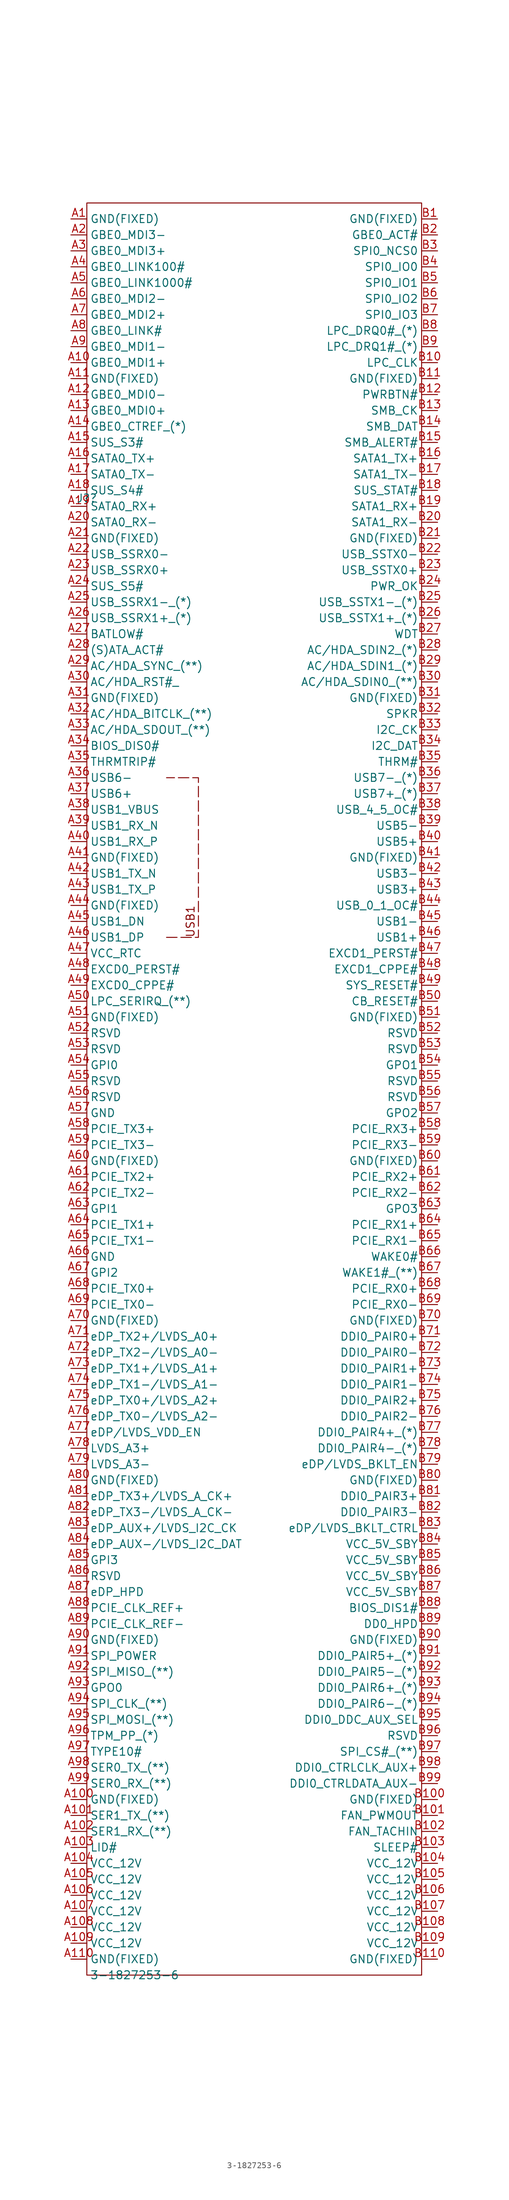
<source format=kicad_sym>
(kicad_symbol_lib
  (version 20231120)
  (generator "kicad_symbol_editor")
  (generator_version "7.99")
  (symbol "3-1827253-6"
    (property "Reference" "J?"
      (at 0 -46.99 0)
      (effects (font (size 1.27 1.27))))
    (property "Value" "3-1827253-6"
      (at 7.62 -281.94 0)
      (effects (font (size 1.27 1.27))))
    (symbol "3-1827253-6_0_0"
      (text "USB1" (at 16.51 -114.3 900) (effects (font (size 1.27 1.27)))))
    (symbol "3-1827253-6_0_1"
      (polyline (pts (xy 12.7 -116.84) (xy 17.78 -116.84) (xy 17.78 -91.44) (xy 12.7 -91.44)) (stroke (width 0) (type dash)) (fill (type none)))
      (rectangle (start 0 0) (end 53.34 -281.94) (stroke (width 0) (type default)) (fill (type none))))
    (symbol "3-1827253-6_1_1"
      (pin passive line (at -2.54 -2.54 0) (length 2.54) (name "GND(FIXED)" (effects (font (size 1.27 1.27)))) (number "A1" (effects (font (size 1.27 1.27)))))
      (pin passive line (at -2.54 -25.4 0) (length 2.54) (name "GBE0_MDI1+" (effects (font (size 1.27 1.27)))) (number "A10" (effects (font (size 1.27 1.27)))))
      (pin passive line (at -2.54 -254 0) (length 2.54) (name "GND(FIXED)" (effects (font (size 1.27 1.27)))) (number "A100" (effects (font (size 1.27 1.27)))))
      (pin passive line (at -2.54 -256.54 0) (length 2.54) (name "SER1_TX_(**)" (effects (font (size 1.27 1.27)))) (number "A101" (effects (font (size 1.27 1.27)))))
      (pin passive line (at -2.54 -259.08 0) (length 2.54) (name "SER1_RX_(**)" (effects (font (size 1.27 1.27)))) (number "A102" (effects (font (size 1.27 1.27)))))
      (pin passive line (at -2.54 -261.62 0) (length 2.54) (name "LID#" (effects (font (size 1.27 1.27)))) (number "A103" (effects (font (size 1.27 1.27)))))
      (pin passive line (at -2.54 -264.16 0) (length 2.54) (name "VCC_12V" (effects (font (size 1.27 1.27)))) (number "A104" (effects (font (size 1.27 1.27)))))
      (pin passive line (at -2.54 -266.7 0) (length 2.54) (name "VCC_12V" (effects (font (size 1.27 1.27)))) (number "A105" (effects (font (size 1.27 1.27)))))
      (pin passive line (at -2.54 -269.24 0) (length 2.54) (name "VCC_12V" (effects (font (size 1.27 1.27)))) (number "A106" (effects (font (size 1.27 1.27)))))
      (pin passive line (at -2.54 -271.78 0) (length 2.54) (name "VCC_12V" (effects (font (size 1.27 1.27)))) (number "A107" (effects (font (size 1.27 1.27)))))
      (pin passive line (at -2.54 -274.32 0) (length 2.54) (name "VCC_12V" (effects (font (size 1.27 1.27)))) (number "A108" (effects (font (size 1.27 1.27)))))
      (pin passive line (at -2.54 -276.86 0) (length 2.54) (name "VCC_12V" (effects (font (size 1.27 1.27)))) (number "A109" (effects (font (size 1.27 1.27)))))
      (pin passive line (at -2.54 -27.94 0) (length 2.54) (name "GND(FIXED)" (effects (font (size 1.27 1.27)))) (number "A11" (effects (font (size 1.27 1.27)))))
      (pin passive line (at -2.54 -279.4 0) (length 2.54) (name "GND(FIXED)" (effects (font (size 1.27 1.27)))) (number "A110" (effects (font (size 1.27 1.27)))))
      (pin passive line (at -2.54 -30.48 0) (length 2.54) (name "GBE0_MDI0-" (effects (font (size 1.27 1.27)))) (number "A12" (effects (font (size 1.27 1.27)))))
      (pin passive line (at -2.54 -33.02 0) (length 2.54) (name "GBE0_MDI0+" (effects (font (size 1.27 1.27)))) (number "A13" (effects (font (size 1.27 1.27)))))
      (pin passive line (at -2.54 -35.56 0) (length 2.54) (name "GBE0_CTREF_(*)" (effects (font (size 1.27 1.27)))) (number "A14" (effects (font (size 1.27 1.27)))))
      (pin passive line (at -2.54 -38.1 0) (length 2.54) (name "SUS_S3#" (effects (font (size 1.27 1.27)))) (number "A15" (effects (font (size 1.27 1.27)))))
      (pin passive line (at -2.54 -40.64 0) (length 2.54) (name "SATA0_TX+" (effects (font (size 1.27 1.27)))) (number "A16" (effects (font (size 1.27 1.27)))))
      (pin passive line (at -2.54 -43.18 0) (length 2.54) (name "SATA0_TX-" (effects (font (size 1.27 1.27)))) (number "A17" (effects (font (size 1.27 1.27)))))
      (pin passive line (at -2.54 -45.72 0) (length 2.54) (name "SUS_S4#" (effects (font (size 1.27 1.27)))) (number "A18" (effects (font (size 1.27 1.27)))))
      (pin passive line (at -2.54 -48.26 0) (length 2.54) (name "SATA0_RX+" (effects (font (size 1.27 1.27)))) (number "A19" (effects (font (size 1.27 1.27)))))
      (pin passive line (at -2.54 -5.08 0) (length 2.54) (name "GBE0_MDI3-" (effects (font (size 1.27 1.27)))) (number "A2" (effects (font (size 1.27 1.27)))))
      (pin passive line (at -2.54 -50.8 0) (length 2.54) (name "SATA0_RX-" (effects (font (size 1.27 1.27)))) (number "A20" (effects (font (size 1.27 1.27)))))
      (pin passive line (at -2.54 -53.34 0) (length 2.54) (name "GND(FIXED)" (effects (font (size 1.27 1.27)))) (number "A21" (effects (font (size 1.27 1.27)))))
      (pin passive line (at -2.54 -55.88 0) (length 2.54) (name "USB_SSRX0-" (effects (font (size 1.27 1.27)))) (number "A22" (effects (font (size 1.27 1.27)))))
      (pin passive line (at -2.54 -58.42 0) (length 2.54) (name "USB_SSRX0+" (effects (font (size 1.27 1.27)))) (number "A23" (effects (font (size 1.27 1.27)))))
      (pin passive line (at -2.54 -60.96 0) (length 2.54) (name "SUS_S5#" (effects (font (size 1.27 1.27)))) (number "A24" (effects (font (size 1.27 1.27)))))
      (pin passive line (at -2.54 -63.5 0) (length 2.54) (name "USB_SSRX1-_(*)" (effects (font (size 1.27 1.27)))) (number "A25" (effects (font (size 1.27 1.27)))))
      (pin passive line (at -2.54 -66.04 0) (length 2.54) (name "USB_SSRX1+_(*)" (effects (font (size 1.27 1.27)))) (number "A26" (effects (font (size 1.27 1.27)))))
      (pin passive line (at -2.54 -68.58 0) (length 2.54) (name "BATLOW#" (effects (font (size 1.27 1.27)))) (number "A27" (effects (font (size 1.27 1.27)))))
      (pin passive line (at -2.54 -71.12 0) (length 2.54) (name "(S)ATA_ACT#" (effects (font (size 1.27 1.27)))) (number "A28" (effects (font (size 1.27 1.27)))))
      (pin passive line (at -2.54 -73.66 0) (length 2.54) (name "AC/HDA_SYNC_(**)" (effects (font (size 1.27 1.27)))) (number "A29" (effects (font (size 1.27 1.27)))))
      (pin passive line (at -2.54 -7.62 0) (length 2.54) (name "GBE0_MDI3+" (effects (font (size 1.27 1.27)))) (number "A3" (effects (font (size 1.27 1.27)))))
      (pin passive line (at -2.54 -76.2 0) (length 2.54) (name "AC/HDA_RST#_" (effects (font (size 1.27 1.27)))) (number "A30" (effects (font (size 1.27 1.27)))))
      (pin passive line (at -2.54 -78.74 0) (length 2.54) (name "GND(FIXED)" (effects (font (size 1.27 1.27)))) (number "A31" (effects (font (size 1.27 1.27)))))
      (pin passive line (at -2.54 -81.28 0) (length 2.54) (name "AC/HDA_BITCLK_(**)" (effects (font (size 1.27 1.27)))) (number "A32" (effects (font (size 1.27 1.27)))))
      (pin passive line (at -2.54 -83.82 0) (length 2.54) (name "AC/HDA_SDOUT_(**)" (effects (font (size 1.27 1.27)))) (number "A33" (effects (font (size 1.27 1.27)))))
      (pin passive line (at -2.54 -86.36 0) (length 2.54) (name "BIOS_DIS0#" (effects (font (size 1.27 1.27)))) (number "A34" (effects (font (size 1.27 1.27)))))
      (pin passive line (at -2.54 -88.9 0) (length 2.54) (name "THRMTRIP#" (effects (font (size 1.27 1.27)))) (number "A35" (effects (font (size 1.27 1.27)))))
      (pin passive line (at -2.54 -91.44 0) (length 2.54) (name "USB6-" (effects (font (size 1.27 1.27)))) (number "A36" (effects (font (size 1.27 1.27)))))
      (pin passive line (at -2.54 -93.98 0) (length 2.54) (name "USB6+" (effects (font (size 1.27 1.27)))) (number "A37" (effects (font (size 1.27 1.27)))))
      (pin passive line (at -2.54 -96.52 0) (length 2.54) (name "USB1_VBUS" (effects (font (size 1.27 1.27)))) (number "A38" (effects (font (size 1.27 1.27)))))
      (pin passive line (at -2.54 -99.06 0) (length 2.54) (name "USB1_RX_N" (effects (font (size 1.27 1.27)))) (number "A39" (effects (font (size 1.27 1.27)))))
      (pin passive line (at -2.54 -10.16 0) (length 2.54) (name "GBE0_LINK100#" (effects (font (size 1.27 1.27)))) (number "A4" (effects (font (size 1.27 1.27)))))
      (pin passive line (at -2.54 -101.6 0) (length 2.54) (name "USB1_RX_P" (effects (font (size 1.27 1.27)))) (number "A40" (effects (font (size 1.27 1.27)))))
      (pin passive line (at -2.54 -104.14 0) (length 2.54) (name "GND(FIXED)" (effects (font (size 1.27 1.27)))) (number "A41" (effects (font (size 1.27 1.27)))))
      (pin passive line (at -2.54 -106.68 0) (length 2.54) (name "USB1_TX_N" (effects (font (size 1.27 1.27)))) (number "A42" (effects (font (size 1.27 1.27)))))
      (pin passive line (at -2.54 -109.22 0) (length 2.54) (name "USB1_TX_P" (effects (font (size 1.27 1.27)))) (number "A43" (effects (font (size 1.27 1.27)))))
      (pin passive line (at -2.54 -111.76 0) (length 2.54) (name "GND(FIXED)" (effects (font (size 1.27 1.27)))) (number "A44" (effects (font (size 1.27 1.27)))))
      (pin passive line (at -2.54 -114.3 0) (length 2.54) (name "USB1_DN" (effects (font (size 1.27 1.27)))) (number "A45" (effects (font (size 1.27 1.27)))))
      (pin passive line (at -2.54 -116.84 0) (length 2.54) (name "USB1_DP" (effects (font (size 1.27 1.27)))) (number "A46" (effects (font (size 1.27 1.27)))))
      (pin passive line (at -2.54 -119.38 0) (length 2.54) (name "VCC_RTC" (effects (font (size 1.27 1.27)))) (number "A47" (effects (font (size 1.27 1.27)))))
      (pin passive line (at -2.54 -121.92 0) (length 2.54) (name "EXCD0_PERST#" (effects (font (size 1.27 1.27)))) (number "A48" (effects (font (size 1.27 1.27)))))
      (pin passive line (at -2.54 -124.46 0) (length 2.54) (name "EXCD0_CPPE#" (effects (font (size 1.27 1.27)))) (number "A49" (effects (font (size 1.27 1.27)))))
      (pin passive line (at -2.54 -12.7 0) (length 2.54) (name "GBE0_LINK1000#" (effects (font (size 1.27 1.27)))) (number "A5" (effects (font (size 1.27 1.27)))))
      (pin passive line (at -2.54 -127 0) (length 2.54) (name "LPC_SERIRQ_(**)" (effects (font (size 1.27 1.27)))) (number "A50" (effects (font (size 1.27 1.27)))))
      (pin passive line (at -2.54 -129.54 0) (length 2.54) (name "GND(FIXED)" (effects (font (size 1.27 1.27)))) (number "A51" (effects (font (size 1.27 1.27)))))
      (pin passive line (at -2.54 -132.08 0) (length 2.54) (name "RSVD" (effects (font (size 1.27 1.27)))) (number "A52" (effects (font (size 1.27 1.27)))))
      (pin passive line (at -2.54 -134.62 0) (length 2.54) (name "RSVD" (effects (font (size 1.27 1.27)))) (number "A53" (effects (font (size 1.27 1.27)))))
      (pin passive line (at -2.54 -137.16 0) (length 2.54) (name "GPI0" (effects (font (size 1.27 1.27)))) (number "A54" (effects (font (size 1.27 1.27)))))
      (pin passive line (at -2.54 -139.7 0) (length 2.54) (name "RSVD" (effects (font (size 1.27 1.27)))) (number "A55" (effects (font (size 1.27 1.27)))))
      (pin passive line (at -2.54 -142.24 0) (length 2.54) (name "RSVD" (effects (font (size 1.27 1.27)))) (number "A56" (effects (font (size 1.27 1.27)))))
      (pin passive line (at -2.54 -144.78 0) (length 2.54) (name "GND" (effects (font (size 1.27 1.27)))) (number "A57" (effects (font (size 1.27 1.27)))))
      (pin passive line (at -2.54 -147.32 0) (length 2.54) (name "PCIE_TX3+" (effects (font (size 1.27 1.27)))) (number "A58" (effects (font (size 1.27 1.27)))))
      (pin passive line (at -2.54 -149.86 0) (length 2.54) (name "PCIE_TX3-" (effects (font (size 1.27 1.27)))) (number "A59" (effects (font (size 1.27 1.27)))))
      (pin passive line (at -2.54 -15.24 0) (length 2.54) (name "GBE0_MDI2-" (effects (font (size 1.27 1.27)))) (number "A6" (effects (font (size 1.27 1.27)))))
      (pin passive line (at -2.54 -152.4 0) (length 2.54) (name "GND(FIXED)" (effects (font (size 1.27 1.27)))) (number "A60" (effects (font (size 1.27 1.27)))))
      (pin passive line (at -2.54 -154.94 0) (length 2.54) (name "PCIE_TX2+" (effects (font (size 1.27 1.27)))) (number "A61" (effects (font (size 1.27 1.27)))))
      (pin passive line (at -2.54 -157.48 0) (length 2.54) (name "PCIE_TX2-" (effects (font (size 1.27 1.27)))) (number "A62" (effects (font (size 1.27 1.27)))))
      (pin passive line (at -2.54 -160.02 0) (length 2.54) (name "GPI1" (effects (font (size 1.27 1.27)))) (number "A63" (effects (font (size 1.27 1.27)))))
      (pin passive line (at -2.54 -162.56 0) (length 2.54) (name "PCIE_TX1+" (effects (font (size 1.27 1.27)))) (number "A64" (effects (font (size 1.27 1.27)))))
      (pin passive line (at -2.54 -165.1 0) (length 2.54) (name "PCIE_TX1-" (effects (font (size 1.27 1.27)))) (number "A65" (effects (font (size 1.27 1.27)))))
      (pin passive line (at -2.54 -167.64 0) (length 2.54) (name "GND" (effects (font (size 1.27 1.27)))) (number "A66" (effects (font (size 1.27 1.27)))))
      (pin passive line (at -2.54 -170.18 0) (length 2.54) (name "GPI2" (effects (font (size 1.27 1.27)))) (number "A67" (effects (font (size 1.27 1.27)))))
      (pin passive line (at -2.54 -172.72 0) (length 2.54) (name "PCIE_TX0+" (effects (font (size 1.27 1.27)))) (number "A68" (effects (font (size 1.27 1.27)))))
      (pin passive line (at -2.54 -175.26 0) (length 2.54) (name "PCIE_TX0-" (effects (font (size 1.27 1.27)))) (number "A69" (effects (font (size 1.27 1.27)))))
      (pin passive line (at -2.54 -17.78 0) (length 2.54) (name "GBE0_MDI2+" (effects (font (size 1.27 1.27)))) (number "A7" (effects (font (size 1.27 1.27)))))
      (pin passive line (at -2.54 -177.8 0) (length 2.54) (name "GND(FIXED)" (effects (font (size 1.27 1.27)))) (number "A70" (effects (font (size 1.27 1.27)))))
      (pin passive line (at -2.54 -180.34 0) (length 2.54) (name "eDP_TX2+/LVDS_A0+" (effects (font (size 1.27 1.27)))) (number "A71" (effects (font (size 1.27 1.27)))))
      (pin passive line (at -2.54 -182.88 0) (length 2.54) (name "eDP_TX2-/LVDS_A0-" (effects (font (size 1.27 1.27)))) (number "A72" (effects (font (size 1.27 1.27)))))
      (pin passive line (at -2.54 -185.42 0) (length 2.54) (name "eDP_TX1+/LVDS_A1+" (effects (font (size 1.27 1.27)))) (number "A73" (effects (font (size 1.27 1.27)))))
      (pin passive line (at -2.54 -187.96 0) (length 2.54) (name "eDP_TX1-/LVDS_A1-" (effects (font (size 1.27 1.27)))) (number "A74" (effects (font (size 1.27 1.27)))))
      (pin passive line (at -2.54 -190.5 0) (length 2.54) (name "eDP_TX0+/LVDS_A2+" (effects (font (size 1.27 1.27)))) (number "A75" (effects (font (size 1.27 1.27)))))
      (pin passive line (at -2.54 -193.04 0) (length 2.54) (name "eDP_TX0-/LVDS_A2-" (effects (font (size 1.27 1.27)))) (number "A76" (effects (font (size 1.27 1.27)))))
      (pin passive line (at -2.54 -195.58 0) (length 2.54) (name "eDP/LVDS_VDD_EN" (effects (font (size 1.27 1.27)))) (number "A77" (effects (font (size 1.27 1.27)))))
      (pin passive line (at -2.54 -198.12 0) (length 2.54) (name "LVDS_A3+" (effects (font (size 1.27 1.27)))) (number "A78" (effects (font (size 1.27 1.27)))))
      (pin passive line (at -2.54 -200.66 0) (length 2.54) (name "LVDS_A3-" (effects (font (size 1.27 1.27)))) (number "A79" (effects (font (size 1.27 1.27)))))
      (pin passive line (at -2.54 -20.32 0) (length 2.54) (name "GBE0_LINK#" (effects (font (size 1.27 1.27)))) (number "A8" (effects (font (size 1.27 1.27)))))
      (pin passive line (at -2.54 -203.2 0) (length 2.54) (name "GND(FIXED)" (effects (font (size 1.27 1.27)))) (number "A80" (effects (font (size 1.27 1.27)))))
      (pin passive line (at -2.54 -205.74 0) (length 2.54) (name "eDP_TX3+/LVDS_A_CK+" (effects (font (size 1.27 1.27)))) (number "A81" (effects (font (size 1.27 1.27)))))
      (pin passive line (at -2.54 -208.28 0) (length 2.54) (name "eDP_TX3-/LVDS_A_CK-" (effects (font (size 1.27 1.27)))) (number "A82" (effects (font (size 1.27 1.27)))))
      (pin passive line (at -2.54 -210.82 0) (length 2.54) (name "eDP_AUX+/LVDS_I2C_CK" (effects (font (size 1.27 1.27)))) (number "A83" (effects (font (size 1.27 1.27)))))
      (pin passive line (at -2.54 -213.36 0) (length 2.54) (name "eDP_AUX-/LVDS_I2C_DAT" (effects (font (size 1.27 1.27)))) (number "A84" (effects (font (size 1.27 1.27)))))
      (pin passive line (at -2.54 -215.9 0) (length 2.54) (name "GPI3" (effects (font (size 1.27 1.27)))) (number "A85" (effects (font (size 1.27 1.27)))))
      (pin passive line (at -2.54 -218.44 0) (length 2.54) (name "RSVD" (effects (font (size 1.27 1.27)))) (number "A86" (effects (font (size 1.27 1.27)))))
      (pin passive line (at -2.54 -220.98 0) (length 2.54) (name "eDP_HPD" (effects (font (size 1.27 1.27)))) (number "A87" (effects (font (size 1.27 1.27)))))
      (pin passive line (at -2.54 -223.52 0) (length 2.54) (name "PCIE_CLK_REF+" (effects (font (size 1.27 1.27)))) (number "A88" (effects (font (size 1.27 1.27)))))
      (pin passive line (at -2.54 -226.06 0) (length 2.54) (name "PCIE_CLK_REF-" (effects (font (size 1.27 1.27)))) (number "A89" (effects (font (size 1.27 1.27)))))
      (pin passive line (at -2.54 -22.86 0) (length 2.54) (name "GBE0_MDI1-" (effects (font (size 1.27 1.27)))) (number "A9" (effects (font (size 1.27 1.27)))))
      (pin passive line (at -2.54 -228.6 0) (length 2.54) (name "GND(FIXED)" (effects (font (size 1.27 1.27)))) (number "A90" (effects (font (size 1.27 1.27)))))
      (pin passive line (at -2.54 -231.14 0) (length 2.54) (name "SPI_POWER" (effects (font (size 1.27 1.27)))) (number "A91" (effects (font (size 1.27 1.27)))))
      (pin passive line (at -2.54 -233.68 0) (length 2.54) (name "SPI_MISO_(**)" (effects (font (size 1.27 1.27)))) (number "A92" (effects (font (size 1.27 1.27)))))
      (pin passive line (at -2.54 -236.22 0) (length 2.54) (name "GPO0" (effects (font (size 1.27 1.27)))) (number "A93" (effects (font (size 1.27 1.27)))))
      (pin passive line (at -2.54 -238.76 0) (length 2.54) (name "SPI_CLK_(**)" (effects (font (size 1.27 1.27)))) (number "A94" (effects (font (size 1.27 1.27)))))
      (pin passive line (at -2.54 -241.3 0) (length 2.54) (name "SPI_MOSI_(**)" (effects (font (size 1.27 1.27)))) (number "A95" (effects (font (size 1.27 1.27)))))
      (pin passive line (at -2.54 -243.84 0) (length 2.54) (name "TPM_PP_(*)" (effects (font (size 1.27 1.27)))) (number "A96" (effects (font (size 1.27 1.27)))))
      (pin passive line (at -2.54 -246.38 0) (length 2.54) (name "TYPE10#" (effects (font (size 1.27 1.27)))) (number "A97" (effects (font (size 1.27 1.27)))))
      (pin passive line (at -2.54 -248.92 0) (length 2.54) (name "SER0_TX_(**)" (effects (font (size 1.27 1.27)))) (number "A98" (effects (font (size 1.27 1.27)))))
      (pin passive line (at -2.54 -251.46 0) (length 2.54) (name "SER0_RX_(**)" (effects (font (size 1.27 1.27)))) (number "A99" (effects (font (size 1.27 1.27)))))
      (pin passive line (at 55.88 -2.54 180) (length 2.54) (name "GND(FIXED)" (effects (font (size 1.27 1.27)))) (number "B1" (effects (font (size 1.27 1.27)))))
      (pin passive line (at 55.88 -25.4 180) (length 2.54) (name "LPC_CLK" (effects (font (size 1.27 1.27)))) (number "B10" (effects (font (size 1.27 1.27)))))
      (pin passive line (at 55.88 -254 180) (length 2.54) (name "GND(FIXED)" (effects (font (size 1.27 1.27)))) (number "B100" (effects (font (size 1.27 1.27)))))
      (pin passive line (at 55.88 -256.54 180) (length 2.54) (name "FAN_PWMOUT" (effects (font (size 1.27 1.27)))) (number "B101" (effects (font (size 1.27 1.27)))))
      (pin passive line (at 55.88 -259.08 180) (length 2.54) (name "FAN_TACHIN" (effects (font (size 1.27 1.27)))) (number "B102" (effects (font (size 1.27 1.27)))))
      (pin passive line (at 55.88 -261.62 180) (length 2.54) (name "SLEEP#" (effects (font (size 1.27 1.27)))) (number "B103" (effects (font (size 1.27 1.27)))))
      (pin passive line (at 55.88 -264.16 180) (length 2.54) (name "VCC_12V" (effects (font (size 1.27 1.27)))) (number "B104" (effects (font (size 1.27 1.27)))))
      (pin passive line (at 55.88 -266.7 180) (length 2.54) (name "VCC_12V" (effects (font (size 1.27 1.27)))) (number "B105" (effects (font (size 1.27 1.27)))))
      (pin passive line (at 55.88 -269.24 180) (length 2.54) (name "VCC_12V" (effects (font (size 1.27 1.27)))) (number "B106" (effects (font (size 1.27 1.27)))))
      (pin passive line (at 55.88 -271.78 180) (length 2.54) (name "VCC_12V" (effects (font (size 1.27 1.27)))) (number "B107" (effects (font (size 1.27 1.27)))))
      (pin passive line (at 55.88 -274.32 180) (length 2.54) (name "VCC_12V" (effects (font (size 1.27 1.27)))) (number "B108" (effects (font (size 1.27 1.27)))))
      (pin passive line (at 55.88 -276.86 180) (length 2.54) (name "VCC_12V" (effects (font (size 1.27 1.27)))) (number "B109" (effects (font (size 1.27 1.27)))))
      (pin passive line (at 55.88 -27.94 180) (length 2.54) (name "GND(FIXED)" (effects (font (size 1.27 1.27)))) (number "B11" (effects (font (size 1.27 1.27)))))
      (pin passive line (at 55.88 -279.4 180) (length 2.54) (name "GND(FIXED)" (effects (font (size 1.27 1.27)))) (number "B110" (effects (font (size 1.27 1.27)))))
      (pin passive line (at 55.88 -30.48 180) (length 2.54) (name "PWRBTN#" (effects (font (size 1.27 1.27)))) (number "B12" (effects (font (size 1.27 1.27)))))
      (pin passive line (at 55.88 -33.02 180) (length 2.54) (name "SMB_CK" (effects (font (size 1.27 1.27)))) (number "B13" (effects (font (size 1.27 1.27)))))
      (pin passive line (at 55.88 -35.56 180) (length 2.54) (name "SMB_DAT" (effects (font (size 1.27 1.27)))) (number "B14" (effects (font (size 1.27 1.27)))))
      (pin passive line (at 55.88 -38.1 180) (length 2.54) (name "SMB_ALERT#" (effects (font (size 1.27 1.27)))) (number "B15" (effects (font (size 1.27 1.27)))))
      (pin passive line (at 55.88 -40.64 180) (length 2.54) (name "SATA1_TX+" (effects (font (size 1.27 1.27)))) (number "B16" (effects (font (size 1.27 1.27)))))
      (pin passive line (at 55.88 -43.18 180) (length 2.54) (name "SATA1_TX-" (effects (font (size 1.27 1.27)))) (number "B17" (effects (font (size 1.27 1.27)))))
      (pin passive line (at 55.88 -45.72 180) (length 2.54) (name "SUS_STAT#" (effects (font (size 1.27 1.27)))) (number "B18" (effects (font (size 1.27 1.27)))))
      (pin passive line (at 55.88 -48.26 180) (length 2.54) (name "SATA1_RX+" (effects (font (size 1.27 1.27)))) (number "B19" (effects (font (size 1.27 1.27)))))
      (pin passive line (at 55.88 -5.08 180) (length 2.54) (name "GBE0_ACT#" (effects (font (size 1.27 1.27)))) (number "B2" (effects (font (size 1.27 1.27)))))
      (pin passive line (at 55.88 -50.8 180) (length 2.54) (name "SATA1_RX-" (effects (font (size 1.27 1.27)))) (number "B20" (effects (font (size 1.27 1.27)))))
      (pin passive line (at 55.88 -53.34 180) (length 2.54) (name "GND(FIXED)" (effects (font (size 1.27 1.27)))) (number "B21" (effects (font (size 1.27 1.27)))))
      (pin passive line (at 55.88 -55.88 180) (length 2.54) (name "USB_SSTX0-" (effects (font (size 1.27 1.27)))) (number "B22" (effects (font (size 1.27 1.27)))))
      (pin passive line (at 55.88 -58.42 180) (length 2.54) (name "USB_SSTX0+" (effects (font (size 1.27 1.27)))) (number "B23" (effects (font (size 1.27 1.27)))))
      (pin passive line (at 55.88 -60.96 180) (length 2.54) (name "PWR_OK" (effects (font (size 1.27 1.27)))) (number "B24" (effects (font (size 1.27 1.27)))))
      (pin passive line (at 55.88 -63.5 180) (length 2.54) (name "USB_SSTX1-_(*)" (effects (font (size 1.27 1.27)))) (number "B25" (effects (font (size 1.27 1.27)))))
      (pin passive line (at 55.88 -66.04 180) (length 2.54) (name "USB_SSTX1+_(*)" (effects (font (size 1.27 1.27)))) (number "B26" (effects (font (size 1.27 1.27)))))
      (pin passive line (at 55.88 -68.58 180) (length 2.54) (name "WDT" (effects (font (size 1.27 1.27)))) (number "B27" (effects (font (size 1.27 1.27)))))
      (pin passive line (at 55.88 -71.12 180) (length 2.54) (name "AC/HDA_SDIN2_(*)" (effects (font (size 1.27 1.27)))) (number "B28" (effects (font (size 1.27 1.27)))))
      (pin passive line (at 55.88 -73.66 180) (length 2.54) (name "AC/HDA_SDIN1_(*)" (effects (font (size 1.27 1.27)))) (number "B29" (effects (font (size 1.27 1.27)))))
      (pin passive line (at 55.88 -7.62 180) (length 2.54) (name "SPI0_NCS0" (effects (font (size 1.27 1.27)))) (number "B3" (effects (font (size 1.27 1.27)))))
      (pin passive line (at 55.88 -76.2 180) (length 2.54) (name "AC/HDA_SDIN0_(**)" (effects (font (size 1.27 1.27)))) (number "B30" (effects (font (size 1.27 1.27)))))
      (pin passive line (at 55.88 -78.74 180) (length 2.54) (name "GND(FIXED)" (effects (font (size 1.27 1.27)))) (number "B31" (effects (font (size 1.27 1.27)))))
      (pin passive line (at 55.88 -81.28 180) (length 2.54) (name "SPKR" (effects (font (size 1.27 1.27)))) (number "B32" (effects (font (size 1.27 1.27)))))
      (pin passive line (at 55.88 -83.82 180) (length 2.54) (name "I2C_CK" (effects (font (size 1.27 1.27)))) (number "B33" (effects (font (size 1.27 1.27)))))
      (pin passive line (at 55.88 -86.36 180) (length 2.54) (name "I2C_DAT" (effects (font (size 1.27 1.27)))) (number "B34" (effects (font (size 1.27 1.27)))))
      (pin passive line (at 55.88 -88.9 180) (length 2.54) (name "THRM#" (effects (font (size 1.27 1.27)))) (number "B35" (effects (font (size 1.27 1.27)))))
      (pin passive line (at 55.88 -91.44 180) (length 2.54) (name "USB7-_(*)" (effects (font (size 1.27 1.27)))) (number "B36" (effects (font (size 1.27 1.27)))))
      (pin passive line (at 55.88 -93.98 180) (length 2.54) (name "USB7+_(*)" (effects (font (size 1.27 1.27)))) (number "B37" (effects (font (size 1.27 1.27)))))
      (pin passive line (at 55.88 -96.52 180) (length 2.54) (name "USB_4_5_OC#" (effects (font (size 1.27 1.27)))) (number "B38" (effects (font (size 1.27 1.27)))))
      (pin passive line (at 55.88 -99.06 180) (length 2.54) (name "USB5-" (effects (font (size 1.27 1.27)))) (number "B39" (effects (font (size 1.27 1.27)))))
      (pin passive line (at 55.88 -10.16 180) (length 2.54) (name "SPI0_IO0" (effects (font (size 1.27 1.27)))) (number "B4" (effects (font (size 1.27 1.27)))))
      (pin passive line (at 55.88 -101.6 180) (length 2.54) (name "USB5+" (effects (font (size 1.27 1.27)))) (number "B40" (effects (font (size 1.27 1.27)))))
      (pin passive line (at 55.88 -104.14 180) (length 2.54) (name "GND(FIXED)" (effects (font (size 1.27 1.27)))) (number "B41" (effects (font (size 1.27 1.27)))))
      (pin passive line (at 55.88 -106.68 180) (length 2.54) (name "USB3-" (effects (font (size 1.27 1.27)))) (number "B42" (effects (font (size 1.27 1.27)))))
      (pin passive line (at 55.88 -109.22 180) (length 2.54) (name "USB3+" (effects (font (size 1.27 1.27)))) (number "B43" (effects (font (size 1.27 1.27)))))
      (pin passive line (at 55.88 -111.76 180) (length 2.54) (name "USB_0_1_OC#" (effects (font (size 1.27 1.27)))) (number "B44" (effects (font (size 1.27 1.27)))))
      (pin passive line (at 55.88 -114.3 180) (length 2.54) (name "USB1-" (effects (font (size 1.27 1.27)))) (number "B45" (effects (font (size 1.27 1.27)))))
      (pin passive line (at 55.88 -116.84 180) (length 2.54) (name "USB1+" (effects (font (size 1.27 1.27)))) (number "B46" (effects (font (size 1.27 1.27)))))
      (pin passive line (at 55.88 -119.38 180) (length 2.54) (name "EXCD1_PERST#" (effects (font (size 1.27 1.27)))) (number "B47" (effects (font (size 1.27 1.27)))))
      (pin passive line (at 55.88 -121.92 180) (length 2.54) (name "EXCD1_CPPE#" (effects (font (size 1.27 1.27)))) (number "B48" (effects (font (size 1.27 1.27)))))
      (pin passive line (at 55.88 -124.46 180) (length 2.54) (name "SYS_RESET#" (effects (font (size 1.27 1.27)))) (number "B49" (effects (font (size 1.27 1.27)))))
      (pin passive line (at 55.88 -12.7 180) (length 2.54) (name "SPI0_IO1" (effects (font (size 1.27 1.27)))) (number "B5" (effects (font (size 1.27 1.27)))))
      (pin passive line (at 55.88 -127 180) (length 2.54) (name "CB_RESET#" (effects (font (size 1.27 1.27)))) (number "B50" (effects (font (size 1.27 1.27)))))
      (pin passive line (at 55.88 -129.54 180) (length 2.54) (name "GND(FIXED)" (effects (font (size 1.27 1.27)))) (number "B51" (effects (font (size 1.27 1.27)))))
      (pin passive line (at 55.88 -132.08 180) (length 2.54) (name "RSVD" (effects (font (size 1.27 1.27)))) (number "B52" (effects (font (size 1.27 1.27)))))
      (pin passive line (at 55.88 -134.62 180) (length 2.54) (name "RSVD" (effects (font (size 1.27 1.27)))) (number "B53" (effects (font (size 1.27 1.27)))))
      (pin passive line (at 55.88 -137.16 180) (length 2.54) (name "GPO1" (effects (font (size 1.27 1.27)))) (number "B54" (effects (font (size 1.27 1.27)))))
      (pin passive line (at 55.88 -139.7 180) (length 2.54) (name "RSVD" (effects (font (size 1.27 1.27)))) (number "B55" (effects (font (size 1.27 1.27)))))
      (pin passive line (at 55.88 -142.24 180) (length 2.54) (name "RSVD" (effects (font (size 1.27 1.27)))) (number "B56" (effects (font (size 1.27 1.27)))))
      (pin passive line (at 55.88 -144.78 180) (length 2.54) (name "GPO2" (effects (font (size 1.27 1.27)))) (number "B57" (effects (font (size 1.27 1.27)))))
      (pin passive line (at 55.88 -147.32 180) (length 2.54) (name "PCIE_RX3+" (effects (font (size 1.27 1.27)))) (number "B58" (effects (font (size 1.27 1.27)))))
      (pin passive line (at 55.88 -149.86 180) (length 2.54) (name "PCIE_RX3-" (effects (font (size 1.27 1.27)))) (number "B59" (effects (font (size 1.27 1.27)))))
      (pin passive line (at 55.88 -15.24 180) (length 2.54) (name "SPI0_IO2" (effects (font (size 1.27 1.27)))) (number "B6" (effects (font (size 1.27 1.27)))))
      (pin passive line (at 55.88 -152.4 180) (length 2.54) (name "GND(FIXED)" (effects (font (size 1.27 1.27)))) (number "B60" (effects (font (size 1.27 1.27)))))
      (pin passive line (at 55.88 -154.94 180) (length 2.54) (name "PCIE_RX2+" (effects (font (size 1.27 1.27)))) (number "B61" (effects (font (size 1.27 1.27)))))
      (pin passive line (at 55.88 -157.48 180) (length 2.54) (name "PCIE_RX2-" (effects (font (size 1.27 1.27)))) (number "B62" (effects (font (size 1.27 1.27)))))
      (pin passive line (at 55.88 -160.02 180) (length 2.54) (name "GPO3" (effects (font (size 1.27 1.27)))) (number "B63" (effects (font (size 1.27 1.27)))))
      (pin passive line (at 55.88 -162.56 180) (length 2.54) (name "PCIE_RX1+" (effects (font (size 1.27 1.27)))) (number "B64" (effects (font (size 1.27 1.27)))))
      (pin passive line (at 55.88 -165.1 180) (length 2.54) (name "PCIE_RX1-" (effects (font (size 1.27 1.27)))) (number "B65" (effects (font (size 1.27 1.27)))))
      (pin passive line (at 55.88 -167.64 180) (length 2.54) (name "WAKE0#" (effects (font (size 1.27 1.27)))) (number "B66" (effects (font (size 1.27 1.27)))))
      (pin passive line (at 55.88 -170.18 180) (length 2.54) (name "WAKE1#_(**)" (effects (font (size 1.27 1.27)))) (number "B67" (effects (font (size 1.27 1.27)))))
      (pin passive line (at 55.88 -172.72 180) (length 2.54) (name "PCIE_RX0+" (effects (font (size 1.27 1.27)))) (number "B68" (effects (font (size 1.27 1.27)))))
      (pin passive line (at 55.88 -175.26 180) (length 2.54) (name "PCIE_RX0-" (effects (font (size 1.27 1.27)))) (number "B69" (effects (font (size 1.27 1.27)))))
      (pin passive line (at 55.88 -17.78 180) (length 2.54) (name "SPI0_IO3" (effects (font (size 1.27 1.27)))) (number "B7" (effects (font (size 1.27 1.27)))))
      (pin passive line (at 55.88 -177.8 180) (length 2.54) (name "GND(FIXED)" (effects (font (size 1.27 1.27)))) (number "B70" (effects (font (size 1.27 1.27)))))
      (pin passive line (at 55.88 -180.34 180) (length 2.54) (name "DDI0_PAIR0+" (effects (font (size 1.27 1.27)))) (number "B71" (effects (font (size 1.27 1.27)))))
      (pin passive line (at 55.88 -182.88 180) (length 2.54) (name "DDI0_PAIR0-" (effects (font (size 1.27 1.27)))) (number "B72" (effects (font (size 1.27 1.27)))))
      (pin passive line (at 55.88 -185.42 180) (length 2.54) (name "DDI0_PAIR1+" (effects (font (size 1.27 1.27)))) (number "B73" (effects (font (size 1.27 1.27)))))
      (pin passive line (at 55.88 -187.96 180) (length 2.54) (name "DDI0_PAIR1-" (effects (font (size 1.27 1.27)))) (number "B74" (effects (font (size 1.27 1.27)))))
      (pin passive line (at 55.88 -190.5 180) (length 2.54) (name "DDI0_PAIR2+" (effects (font (size 1.27 1.27)))) (number "B75" (effects (font (size 1.27 1.27)))))
      (pin passive line (at 55.88 -193.04 180) (length 2.54) (name "DDI0_PAIR2-" (effects (font (size 1.27 1.27)))) (number "B76" (effects (font (size 1.27 1.27)))))
      (pin passive line (at 55.88 -195.58 180) (length 2.54) (name "DDI0_PAIR4+_(*)" (effects (font (size 1.27 1.27)))) (number "B77" (effects (font (size 1.27 1.27)))))
      (pin passive line (at 55.88 -198.12 180) (length 2.54) (name "DDI0_PAIR4-_(*)" (effects (font (size 1.27 1.27)))) (number "B78" (effects (font (size 1.27 1.27)))))
      (pin passive line (at 55.88 -200.66 180) (length 2.54) (name "eDP/LVDS_BKLT_EN" (effects (font (size 1.27 1.27)))) (number "B79" (effects (font (size 1.27 1.27)))))
      (pin passive line (at 55.88 -20.32 180) (length 2.54) (name "LPC_DRQ0#_(*)" (effects (font (size 1.27 1.27)))) (number "B8" (effects (font (size 1.27 1.27)))))
      (pin passive line (at 55.88 -203.2 180) (length 2.54) (name "GND(FIXED)" (effects (font (size 1.27 1.27)))) (number "B80" (effects (font (size 1.27 1.27)))))
      (pin passive line (at 55.88 -205.74 180) (length 2.54) (name "DDI0_PAIR3+" (effects (font (size 1.27 1.27)))) (number "B81" (effects (font (size 1.27 1.27)))))
      (pin passive line (at 55.88 -208.28 180) (length 2.54) (name "DDI0_PAIR3-" (effects (font (size 1.27 1.27)))) (number "B82" (effects (font (size 1.27 1.27)))))
      (pin passive line (at 55.88 -210.82 180) (length 2.54) (name "eDP/LVDS_BKLT_CTRL" (effects (font (size 1.27 1.27)))) (number "B83" (effects (font (size 1.27 1.27)))))
      (pin passive line (at 55.88 -213.36 180) (length 2.54) (name "VCC_5V_SBY" (effects (font (size 1.27 1.27)))) (number "B84" (effects (font (size 1.27 1.27)))))
      (pin passive line (at 55.88 -215.9 180) (length 2.54) (name "VCC_5V_SBY" (effects (font (size 1.27 1.27)))) (number "B85" (effects (font (size 1.27 1.27)))))
      (pin passive line (at 55.88 -218.44 180) (length 2.54) (name "VCC_5V_SBY" (effects (font (size 1.27 1.27)))) (number "B86" (effects (font (size 1.27 1.27)))))
      (pin passive line (at 55.88 -220.98 180) (length 2.54) (name "VCC_5V_SBY" (effects (font (size 1.27 1.27)))) (number "B87" (effects (font (size 1.27 1.27)))))
      (pin passive line (at 55.88 -223.52 180) (length 2.54) (name "BIOS_DIS1#" (effects (font (size 1.27 1.27)))) (number "B88" (effects (font (size 1.27 1.27)))))
      (pin passive line (at 55.88 -226.06 180) (length 2.54) (name "DD0_HPD" (effects (font (size 1.27 1.27)))) (number "B89" (effects (font (size 1.27 1.27)))))
      (pin passive line (at 55.88 -22.86 180) (length 2.54) (name "LPC_DRQ1#_(*)" (effects (font (size 1.27 1.27)))) (number "B9" (effects (font (size 1.27 1.27)))))
      (pin passive line (at 55.88 -228.6 180) (length 2.54) (name "GND(FIXED)" (effects (font (size 1.27 1.27)))) (number "B90" (effects (font (size 1.27 1.27)))))
      (pin passive line (at 55.88 -231.14 180) (length 2.54) (name "DDI0_PAIR5+_(*)" (effects (font (size 1.27 1.27)))) (number "B91" (effects (font (size 1.27 1.27)))))
      (pin passive line (at 55.88 -233.68 180) (length 2.54) (name "DDI0_PAIR5-_(*)" (effects (font (size 1.27 1.27)))) (number "B92" (effects (font (size 1.27 1.27)))))
      (pin passive line (at 55.88 -236.22 180) (length 2.54) (name "DDI0_PAIR6+_(*)" (effects (font (size 1.27 1.27)))) (number "B93" (effects (font (size 1.27 1.27)))))
      (pin passive line (at 55.88 -238.76 180) (length 2.54) (name "DDI0_PAIR6-_(*)" (effects (font (size 1.27 1.27)))) (number "B94" (effects (font (size 1.27 1.27)))))
      (pin passive line (at 55.88 -241.3 180) (length 2.54) (name "DDI0_DDC_AUX_SEL" (effects (font (size 1.27 1.27)))) (number "B95" (effects (font (size 1.27 1.27)))))
      (pin passive line (at 55.88 -243.84 180) (length 2.54) (name "RSVD" (effects (font (size 1.27 1.27)))) (number "B96" (effects (font (size 1.27 1.27)))))
      (pin passive line (at 55.88 -246.38 180) (length 2.54) (name "SPI_CS#_(**)" (effects (font (size 1.27 1.27)))) (number "B97" (effects (font (size 1.27 1.27)))))
      (pin passive line (at 55.88 -248.92 180) (length 2.54) (name "DDI0_CTRLCLK_AUX+" (effects (font (size 1.27 1.27)))) (number "B98" (effects (font (size 1.27 1.27)))))
      (pin passive line (at 55.88 -251.46 180) (length 2.54) (name "DDI0_CTRLDATA_AUX-" (effects (font (size 1.27 1.27)))) (number "B99" (effects (font (size 1.27 1.27))))))))
</source>
